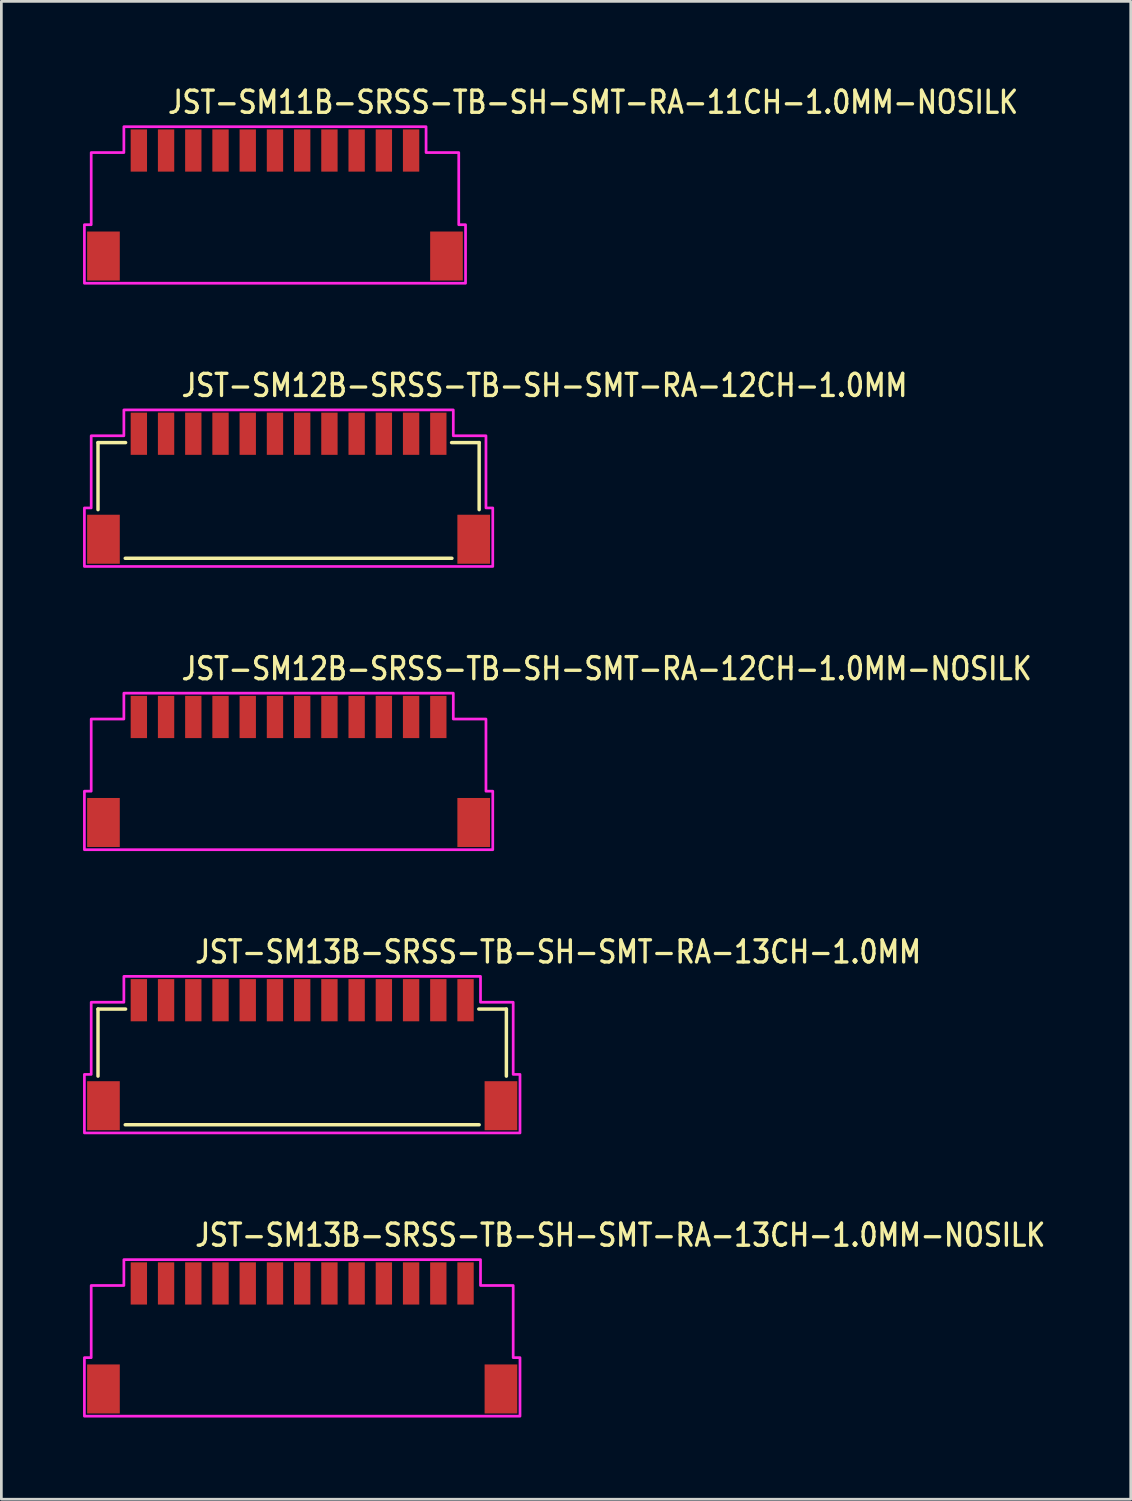
<source format=kicad_pcb>
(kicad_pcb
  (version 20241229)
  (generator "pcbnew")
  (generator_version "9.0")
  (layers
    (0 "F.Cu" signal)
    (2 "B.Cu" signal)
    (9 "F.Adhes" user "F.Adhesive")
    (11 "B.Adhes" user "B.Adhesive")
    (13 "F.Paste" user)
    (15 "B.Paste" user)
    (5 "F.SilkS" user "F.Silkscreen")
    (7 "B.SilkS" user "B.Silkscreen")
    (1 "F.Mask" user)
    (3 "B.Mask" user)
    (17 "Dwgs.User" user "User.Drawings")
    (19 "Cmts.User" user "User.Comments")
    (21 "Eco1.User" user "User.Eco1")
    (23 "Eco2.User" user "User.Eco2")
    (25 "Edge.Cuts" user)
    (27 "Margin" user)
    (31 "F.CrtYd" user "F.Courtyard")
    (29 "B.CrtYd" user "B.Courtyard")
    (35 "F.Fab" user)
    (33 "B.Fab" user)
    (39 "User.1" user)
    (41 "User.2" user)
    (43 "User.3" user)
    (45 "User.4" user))
  (footprint "JST-SM13B-SRSS-TB-SH-SMT-RA-13CH-1.0MM-NOSILK"
    (layer "F.Cu")
    (at 8.05 46.093)
    (property "Reference" "JST-SM13B-SRSS-TB-SH-SMT-RA-13CH-1.0MM-NOSILK" (at -4 -3.3 0) (unlocked yes) (layer "F.SilkS") (effects (font (size 0.813 0.695) (thickness 0.122)) (justify left bottom)))
    (fp_poly (pts (xy -8 2.875) (xy -8 0.725) (xy -7.75 0.725) (xy -7.75 -1.925) (xy -6.55 -1.925) (xy -6.55 -2.875) (xy 6.55 -2.875) (xy 6.55 -1.925) (xy 7.75 -1.925) (xy 7.75 0.725) (xy 8 0.725) (xy 8 2.875)) (stroke (width 0.1) (type solid)) (fill no) (layer "F.CrtYd"))
    (pad "P$1" smd rect (at -6 -2) (size 0.6 1.55) (layers "F.Cu" "F.Mask" "F.Paste"))
    (pad "P$2" smd rect (at -5 -2) (size 0.6 1.55) (layers "F.Cu" "F.Mask" "F.Paste"))
    (pad "P$3" smd rect (at -4 -2) (size 0.6 1.55) (layers "F.Cu" "F.Mask" "F.Paste"))
    (pad "P$4" smd rect (at -3 -2) (size 0.6 1.55) (layers "F.Cu" "F.Mask" "F.Paste"))
    (pad "P$5" smd rect (at -2 -2) (size 0.6 1.55) (layers "F.Cu" "F.Mask" "F.Paste"))
    (pad "P$6" smd rect (at -1 -2) (size 0.6 1.55) (layers "F.Cu" "F.Mask" "F.Paste"))
    (pad "P$7" smd rect (at 0 -2) (size 0.6 1.55) (layers "F.Cu" "F.Mask" "F.Paste"))
    (pad "P$8" smd rect (at 1 -2) (size 0.6 1.55) (layers "F.Cu" "F.Mask" "F.Paste"))
    (pad "P$9" smd rect (at 2 -2) (size 0.6 1.55) (layers "F.Cu" "F.Mask" "F.Paste"))
    (pad "P$10" smd rect (at 3 -2) (size 0.6 1.55) (layers "F.Cu" "F.Mask" "F.Paste"))
    (pad "P$11" smd rect (at 4 -2) (size 0.6 1.55) (layers "F.Cu" "F.Mask" "F.Paste"))
    (pad "P$12" smd rect (at 5 -2) (size 0.6 1.55) (layers "F.Cu" "F.Mask" "F.Paste"))
    (pad "P$13" smd rect (at 6 -2) (size 0.6 1.55) (layers "F.Cu" "F.Mask" "F.Paste"))
    (pad "S$13" smd rect (at -7.3 1.875) (size 1.2 1.8) (layers "F.Cu" "F.Mask" "F.Paste"))
    (pad "S$14" smd rect (at 7.3 1.875) (size 1.2 1.8) (layers "F.Cu" "F.Mask" "F.Paste")))
  (footprint "JST-SM11B-SRSS-TB-SH-SMT-RA-11CH-1.0MM-NOSILK"
    (layer "F.Cu")
    (at 7.05 4.479)
    (property "Reference" "JST-SM11B-SRSS-TB-SH-SMT-RA-11CH-1.0MM-NOSILK" (at -4 -3.3 0) (unlocked yes) (layer "F.SilkS") (effects (font (size 0.813 0.695) (thickness 0.122)) (justify left bottom)))
    (fp_poly (pts (xy -7 2.875) (xy -7 0.725) (xy -6.75 0.725) (xy -6.75 -1.925) (xy -5.55 -1.925) (xy -5.55 -2.875) (xy 5.55 -2.875) (xy 5.55 -1.925) (xy 6.75 -1.925) (xy 6.75 0.725) (xy 7 0.725) (xy 7 2.875)) (stroke (width 0.1) (type solid)) (fill no) (layer "F.CrtYd"))
    (pad "P$1" smd rect (at -5 -2) (size 0.6 1.55) (layers "F.Cu" "F.Mask" "F.Paste"))
    (pad "P$2" smd rect (at -4 -2) (size 0.6 1.55) (layers "F.Cu" "F.Mask" "F.Paste"))
    (pad "P$3" smd rect (at -3 -2) (size 0.6 1.55) (layers "F.Cu" "F.Mask" "F.Paste"))
    (pad "P$4" smd rect (at -2 -2) (size 0.6 1.55) (layers "F.Cu" "F.Mask" "F.Paste"))
    (pad "P$5" smd rect (at -1 -2) (size 0.6 1.55) (layers "F.Cu" "F.Mask" "F.Paste"))
    (pad "P$6" smd rect (at 0 -2) (size 0.6 1.55) (layers "F.Cu" "F.Mask" "F.Paste"))
    (pad "P$7" smd rect (at 1 -2) (size 0.6 1.55) (layers "F.Cu" "F.Mask" "F.Paste"))
    (pad "P$8" smd rect (at 2 -2) (size 0.6 1.55) (layers "F.Cu" "F.Mask" "F.Paste"))
    (pad "P$9" smd rect (at 3 -2) (size 0.6 1.55) (layers "F.Cu" "F.Mask" "F.Paste"))
    (pad "P$10" smd rect (at 4 -2) (size 0.6 1.55) (layers "F.Cu" "F.Mask" "F.Paste"))
    (pad "P$11" smd rect (at 5 -2) (size 0.6 1.55) (layers "F.Cu" "F.Mask" "F.Paste"))
    (pad "S$11" smd rect (at -6.3 1.875) (size 1.2 1.8) (layers "F.Cu" "F.Mask" "F.Paste"))
    (pad "S$12" smd rect (at 6.3 1.875) (size 1.2 1.8) (layers "F.Cu" "F.Mask" "F.Paste")))
  (footprint "JST-SM13B-SRSS-TB-SH-SMT-RA-13CH-1.0MM"
    (layer "F.Cu")
    (at 8.05 35.689)
    (property "Reference" "JST-SM13B-SRSS-TB-SH-SMT-RA-13CH-1.0MM" (at -4 -3.3 0) (unlocked yes) (layer "F.SilkS") (effects (font (size 0.813 0.695) (thickness 0.122)) (justify left bottom)))
    (fp_line (start -7.5 -1.675) (end -6.487 -1.675) (stroke (width 0.127) (type solid)) (layer "F.SilkS"))
    (fp_line (start -7.5 0.788) (end -7.5 -1.675) (stroke (width 0.127) (type solid)) (layer "F.SilkS"))
    (fp_line (start -6.5 2.575) (end 6.5 2.575) (stroke (width 0.127) (type solid)) (layer "F.SilkS"))
    (fp_line (start 6.487 -1.675) (end 7.5 -1.675) (stroke (width 0.127) (type solid)) (layer "F.SilkS"))
    (fp_line (start 7.5 -1.675) (end 7.5 0.788) (stroke (width 0.127) (type solid)) (layer "F.SilkS"))
    (fp_poly (pts (xy -8 2.875) (xy -8 0.725) (xy -7.75 0.725) (xy -7.75 -1.925) (xy -6.55 -1.925) (xy -6.55 -2.875) (xy 6.55 -2.875) (xy 6.55 -1.925) (xy 7.75 -1.925) (xy 7.75 0.725) (xy 8 0.725) (xy 8 2.875)) (stroke (width 0.1) (type solid)) (fill no) (layer "F.CrtYd"))
    (pad "P$1" smd rect (at -6 -2) (size 0.6 1.55) (layers "F.Cu" "F.Mask" "F.Paste"))
    (pad "P$2" smd rect (at -5 -2) (size 0.6 1.55) (layers "F.Cu" "F.Mask" "F.Paste"))
    (pad "P$3" smd rect (at -4 -2) (size 0.6 1.55) (layers "F.Cu" "F.Mask" "F.Paste"))
    (pad "P$4" smd rect (at -3 -2) (size 0.6 1.55) (layers "F.Cu" "F.Mask" "F.Paste"))
    (pad "P$5" smd rect (at -2 -2) (size 0.6 1.55) (layers "F.Cu" "F.Mask" "F.Paste"))
    (pad "P$6" smd rect (at -1 -2) (size 0.6 1.55) (layers "F.Cu" "F.Mask" "F.Paste"))
    (pad "P$7" smd rect (at 0 -2) (size 0.6 1.55) (layers "F.Cu" "F.Mask" "F.Paste"))
    (pad "P$8" smd rect (at 1 -2) (size 0.6 1.55) (layers "F.Cu" "F.Mask" "F.Paste"))
    (pad "P$9" smd rect (at 2 -2) (size 0.6 1.55) (layers "F.Cu" "F.Mask" "F.Paste"))
    (pad "P$10" smd rect (at 3 -2) (size 0.6 1.55) (layers "F.Cu" "F.Mask" "F.Paste"))
    (pad "P$11" smd rect (at 4 -2) (size 0.6 1.55) (layers "F.Cu" "F.Mask" "F.Paste"))
    (pad "P$12" smd rect (at 5 -2) (size 0.6 1.55) (layers "F.Cu" "F.Mask" "F.Paste"))
    (pad "P$13" smd rect (at 6 -2) (size 0.6 1.55) (layers "F.Cu" "F.Mask" "F.Paste"))
    (pad "S$12" smd rect (at -7.3 1.875) (size 1.2 1.8) (layers "F.Cu" "F.Mask" "F.Paste"))
    (pad "S$13" smd rect (at 7.3 1.875) (size 1.2 1.8) (layers "F.Cu" "F.Mask" "F.Paste")))
  (footprint "JST-SM12B-SRSS-TB-SH-SMT-RA-12CH-1.0MM"
    (layer "F.Cu")
    (at 7.55 14.882)
    (property "Reference" "JST-SM12B-SRSS-TB-SH-SMT-RA-12CH-1.0MM" (at -4 -3.3 0) (unlocked yes) (layer "F.SilkS") (effects (font (size 0.813 0.695) (thickness 0.122)) (justify left bottom)))
    (fp_line (start -7 -1.675) (end -5.987 -1.675) (stroke (width 0.127) (type solid)) (layer "F.SilkS"))
    (fp_line (start -7 0.788) (end -7 -1.675) (stroke (width 0.127) (type solid)) (layer "F.SilkS"))
    (fp_line (start -6 2.575) (end 6 2.575) (stroke (width 0.127) (type solid)) (layer "F.SilkS"))
    (fp_line (start 5.987 -1.675) (end 7 -1.675) (stroke (width 0.127) (type solid)) (layer "F.SilkS"))
    (fp_line (start 7 -1.675) (end 7 0.788) (stroke (width 0.127) (type solid)) (layer "F.SilkS"))
    (fp_poly (pts (xy -7.5 2.875) (xy -7.5 0.725) (xy -7.25 0.725) (xy -7.25 -1.925) (xy -6.05 -1.925) (xy -6.05 -2.875) (xy 6.05 -2.875) (xy 6.05 -1.925) (xy 7.25 -1.925) (xy 7.25 0.725) (xy 7.5 0.725) (xy 7.5 2.875)) (stroke (width 0.1) (type solid)) (fill no) (layer "F.CrtYd"))
    (pad "P$1" smd rect (at -5.5 -2) (size 0.6 1.55) (layers "F.Cu" "F.Mask" "F.Paste"))
    (pad "P$2" smd rect (at -4.5 -2) (size 0.6 1.55) (layers "F.Cu" "F.Mask" "F.Paste"))
    (pad "P$3" smd rect (at -3.5 -2) (size 0.6 1.55) (layers "F.Cu" "F.Mask" "F.Paste"))
    (pad "P$4" smd rect (at -2.5 -2) (size 0.6 1.55) (layers "F.Cu" "F.Mask" "F.Paste"))
    (pad "P$5" smd rect (at -1.5 -2) (size 0.6 1.55) (layers "F.Cu" "F.Mask" "F.Paste"))
    (pad "P$6" smd rect (at -0.5 -2) (size 0.6 1.55) (layers "F.Cu" "F.Mask" "F.Paste"))
    (pad "P$7" smd rect (at 0.5 -2) (size 0.6 1.55) (layers "F.Cu" "F.Mask" "F.Paste"))
    (pad "P$8" smd rect (at 1.5 -2) (size 0.6 1.55) (layers "F.Cu" "F.Mask" "F.Paste"))
    (pad "P$9" smd rect (at 2.5 -2) (size 0.6 1.55) (layers "F.Cu" "F.Mask" "F.Paste"))
    (pad "P$10" smd rect (at 3.5 -2) (size 0.6 1.55) (layers "F.Cu" "F.Mask" "F.Paste"))
    (pad "P$11" smd rect (at 4.5 -2) (size 0.6 1.55) (layers "F.Cu" "F.Mask" "F.Paste"))
    (pad "P$12" smd rect (at 5.5 -2) (size 0.6 1.55) (layers "F.Cu" "F.Mask" "F.Paste"))
    (pad "S$11" smd rect (at -6.8 1.875) (size 1.2 1.8) (layers "F.Cu" "F.Mask" "F.Paste"))
    (pad "S$12" smd rect (at 6.8 1.875) (size 1.2 1.8) (layers "F.Cu" "F.Mask" "F.Paste")))
  (footprint "JST-SM12B-SRSS-TB-SH-SMT-RA-12CH-1.0MM-NOSILK"
    (layer "F.Cu")
    (at 7.55 25.286)
    (property "Reference" "JST-SM12B-SRSS-TB-SH-SMT-RA-12CH-1.0MM-NOSILK" (at -4 -3.3 0) (unlocked yes) (layer "F.SilkS") (effects (font (size 0.813 0.695) (thickness 0.122)) (justify left bottom)))
    (fp_poly (pts (xy -7.5 2.875) (xy -7.5 0.725) (xy -7.25 0.725) (xy -7.25 -1.925) (xy -6.05 -1.925) (xy -6.05 -2.875) (xy 6.05 -2.875) (xy 6.05 -1.925) (xy 7.25 -1.925) (xy 7.25 0.725) (xy 7.5 0.725) (xy 7.5 2.875)) (stroke (width 0.1) (type solid)) (fill no) (layer "F.CrtYd"))
    (pad "P$1" smd rect (at -5.5 -2) (size 0.6 1.55) (layers "F.Cu" "F.Mask" "F.Paste"))
    (pad "P$2" smd rect (at -4.5 -2) (size 0.6 1.55) (layers "F.Cu" "F.Mask" "F.Paste"))
    (pad "P$3" smd rect (at -3.5 -2) (size 0.6 1.55) (layers "F.Cu" "F.Mask" "F.Paste"))
    (pad "P$4" smd rect (at -2.5 -2) (size 0.6 1.55) (layers "F.Cu" "F.Mask" "F.Paste"))
    (pad "P$5" smd rect (at -1.5 -2) (size 0.6 1.55) (layers "F.Cu" "F.Mask" "F.Paste"))
    (pad "P$6" smd rect (at -0.5 -2) (size 0.6 1.55) (layers "F.Cu" "F.Mask" "F.Paste"))
    (pad "P$7" smd rect (at 0.5 -2) (size 0.6 1.55) (layers "F.Cu" "F.Mask" "F.Paste"))
    (pad "P$8" smd rect (at 1.5 -2) (size 0.6 1.55) (layers "F.Cu" "F.Mask" "F.Paste"))
    (pad "P$9" smd rect (at 2.5 -2) (size 0.6 1.55) (layers "F.Cu" "F.Mask" "F.Paste"))
    (pad "P$10" smd rect (at 3.5 -2) (size 0.6 1.55) (layers "F.Cu" "F.Mask" "F.Paste"))
    (pad "P$11" smd rect (at 4.5 -2) (size 0.6 1.55) (layers "F.Cu" "F.Mask" "F.Paste"))
    (pad "P$12" smd rect (at 5.5 -2) (size 0.6 1.55) (layers "F.Cu" "F.Mask" "F.Paste"))
    (pad "S$12" smd rect (at -6.8 1.875) (size 1.2 1.8) (layers "F.Cu" "F.Mask" "F.Paste"))
    (pad "S$13" smd rect (at 6.8 1.875) (size 1.2 1.8) (layers "F.Cu" "F.Mask" "F.Paste")))
  (gr_rect
    (start -3 -3)
    (end 38.483 52.018)
    (stroke (width 0.1) (type default))
    (fill no)
    (layer "Edge.Cuts")))
</source>
